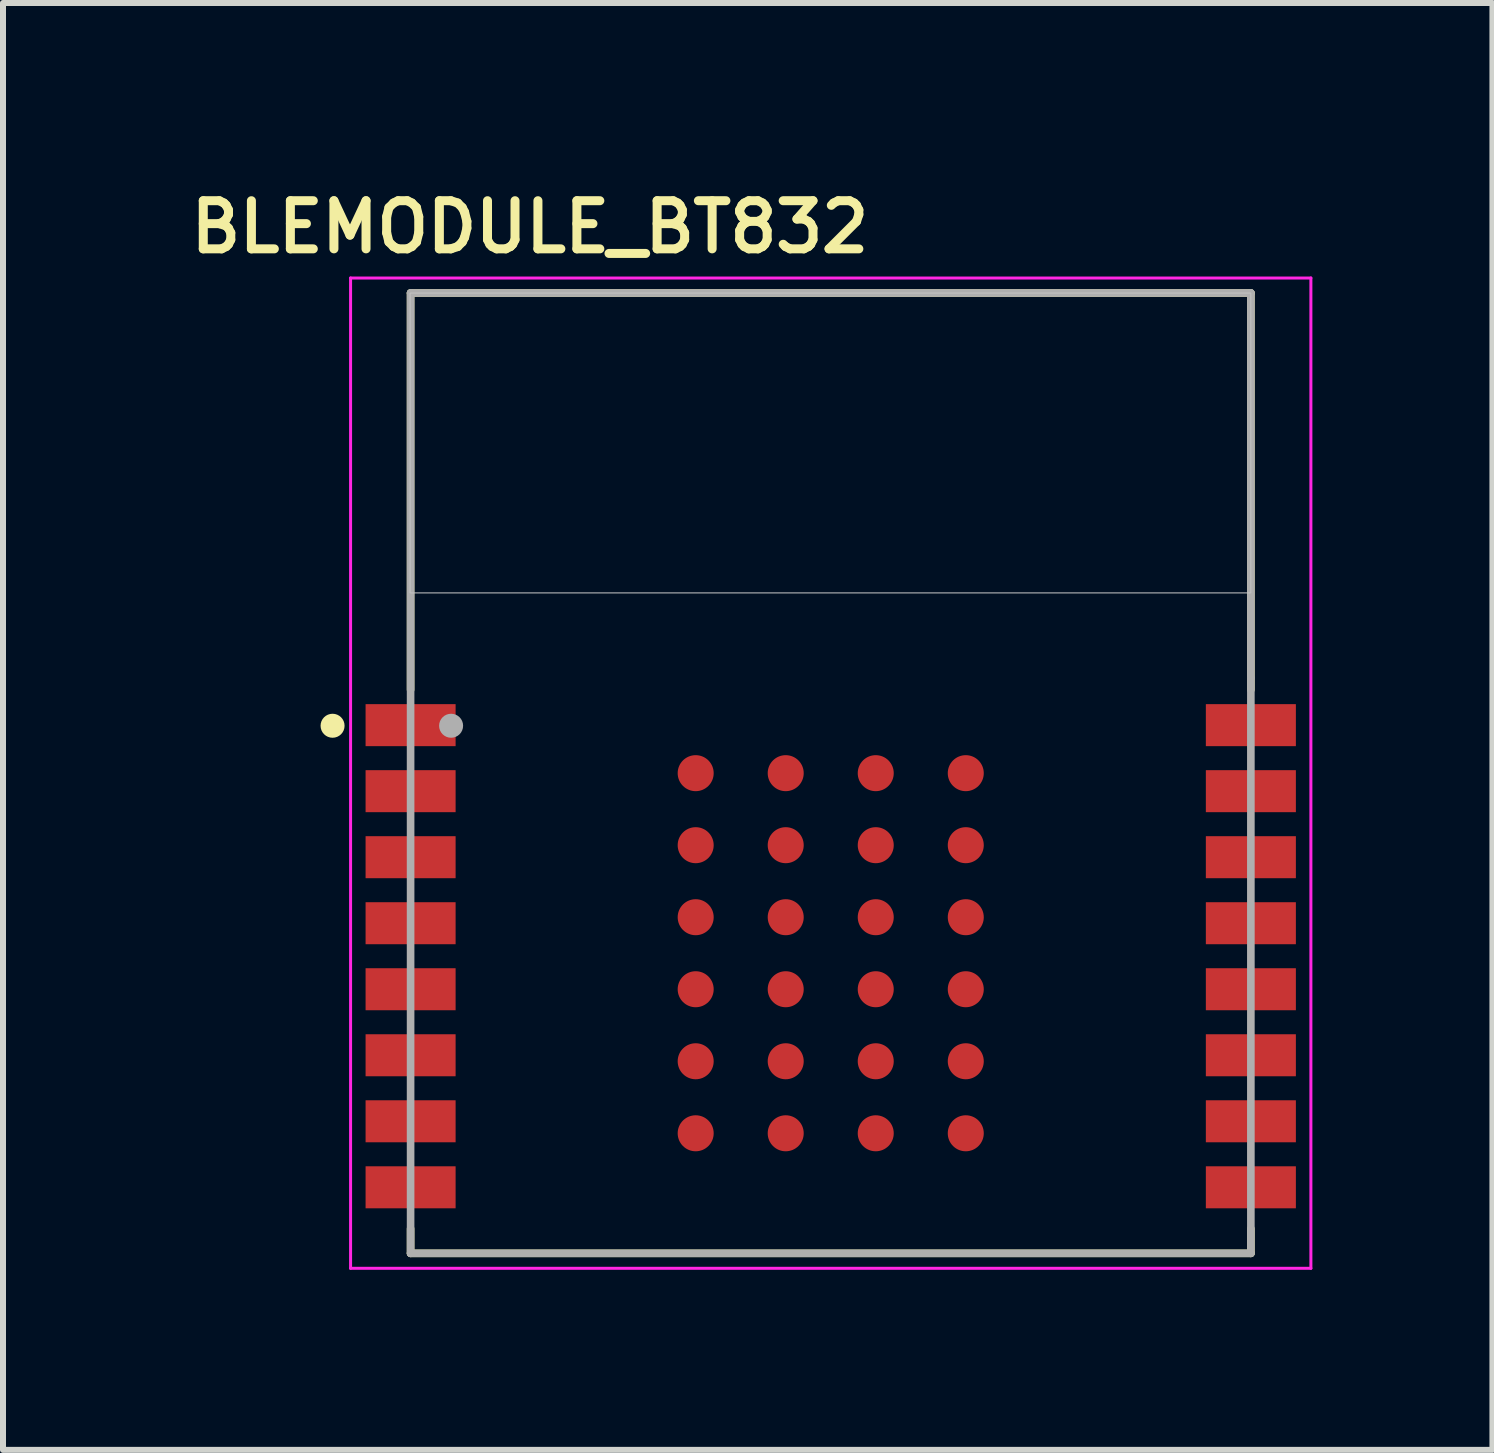
<source format=kicad_pcb>
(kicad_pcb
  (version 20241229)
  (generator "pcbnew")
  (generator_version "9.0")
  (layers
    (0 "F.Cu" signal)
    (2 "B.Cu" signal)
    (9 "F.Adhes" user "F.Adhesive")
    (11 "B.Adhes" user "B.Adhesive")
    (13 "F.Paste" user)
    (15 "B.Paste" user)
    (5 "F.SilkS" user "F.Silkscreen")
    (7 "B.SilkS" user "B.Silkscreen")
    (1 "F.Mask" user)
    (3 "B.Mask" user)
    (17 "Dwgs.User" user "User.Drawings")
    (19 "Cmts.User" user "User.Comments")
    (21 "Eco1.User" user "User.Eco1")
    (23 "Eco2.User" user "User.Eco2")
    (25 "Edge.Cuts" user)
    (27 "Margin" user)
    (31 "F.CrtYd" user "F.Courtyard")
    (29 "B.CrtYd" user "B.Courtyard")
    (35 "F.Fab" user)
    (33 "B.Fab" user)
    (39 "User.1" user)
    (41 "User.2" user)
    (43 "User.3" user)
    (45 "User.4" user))
  (footprint "BLEMODULE_BT832"
    (layer "F.Cu")
    (at 10.791 9.832)
    (property "Reference" "BLEMODULE_BT832" (at -5.012 -9.099 0) (layer "F.SilkS") (effects (font (size 0.802 0.802) (thickness 0.15))))
    (attr through_hole)
    (fp_line (start -7 -8) (end 7 -8) (stroke (width 0.127) (type solid)) (layer "F.SilkS"))
    (fp_line (start -7 -1.39) (end -7 -8) (stroke (width 0.127) (type solid)) (layer "F.SilkS"))
    (fp_line (start -7 7.59) (end -7 8) (stroke (width 0.127) (type solid)) (layer "F.SilkS"))
    (fp_line (start -7 8) (end 7 8) (stroke (width 0.127) (type solid)) (layer "F.SilkS"))
    (fp_line (start 7 -8) (end 7 -1.39) (stroke (width 0.127) (type solid)) (layer "F.SilkS"))
    (fp_line (start 7 8) (end 7 7.59) (stroke (width 0.127) (type solid)) (layer "F.SilkS"))
    (fp_circle (center -8.3 -0.79) (end -8.2 -0.79) (stroke (width 0.2) (type solid)) (fill no) (layer "F.SilkS"))
    (fp_poly (pts (xy -7.013 -8) (xy 7 -8) (xy 7 -3.005) (xy -7.013 -3.005)) (stroke (width 0.01) (type solid)) (fill no) (layer "Dwgs.User"))
    (fp_poly (pts (xy -7.002 -8) (xy 7 -8) (xy 7 -3.001) (xy -7.002 -3.001)) (stroke (width 0.01) (type solid)) (fill no) (layer "Dwgs.User"))
    (fp_line (start -8 -8.25) (end 8 -8.25) (stroke (width 0.05) (type solid)) (layer "F.CrtYd"))
    (fp_line (start -8 8.25) (end -8 -8.25) (stroke (width 0.05) (type solid)) (layer "F.CrtYd"))
    (fp_line (start 8 -8.25) (end 8 8.25) (stroke (width 0.05) (type solid)) (layer "F.CrtYd"))
    (fp_line (start 8 8.25) (end -8 8.25) (stroke (width 0.05) (type solid)) (layer "F.CrtYd"))
    (fp_line (start -7 -8) (end 7 -8) (stroke (width 0.127) (type solid)) (layer "F.Fab"))
    (fp_line (start -7 8) (end -7 -8) (stroke (width 0.127) (type solid)) (layer "F.Fab"))
    (fp_line (start 7 -8) (end 7 -1.59) (stroke (width 0.127) (type solid)) (layer "F.Fab"))
    (fp_line (start 7 -1.58) (end 7 8) (stroke (width 0.127) (type solid)) (layer "F.Fab"))
    (fp_line (start 7 8) (end -7 8) (stroke (width 0.127) (type solid)) (layer "F.Fab"))
    (fp_circle (center -6.325 -0.79) (end -6.225 -0.79) (stroke (width 0.2) (type solid)) (fill no) (layer "F.Fab"))
    (pad "1" smd rect (at -7 -0.8) (size 1.5 0.7) (layers "F.Cu" "F.Mask" "F.Paste"))
    (pad "2" smd rect (at -7 0.3) (size 1.5 0.7) (layers "F.Cu" "F.Mask" "F.Paste"))
    (pad "3" smd rect (at -7 1.4) (size 1.5 0.7) (layers "F.Cu" "F.Mask" "F.Paste"))
    (pad "4" smd rect (at -7 2.5) (size 1.5 0.7) (layers "F.Cu" "F.Mask" "F.Paste"))
    (pad "5" smd rect (at -7 3.6) (size 1.5 0.7) (layers "F.Cu" "F.Mask" "F.Paste"))
    (pad "6" smd rect (at -7 4.7) (size 1.5 0.7) (layers "F.Cu" "F.Mask" "F.Paste"))
    (pad "7" smd rect (at -7 5.8) (size 1.5 0.7) (layers "F.Cu" "F.Mask" "F.Paste"))
    (pad "8" smd rect (at -7 6.9) (size 1.5 0.7) (layers "F.Cu" "F.Mask" "F.Paste"))
    (pad "9" smd rect (at 7 6.9) (size 1.5 0.7) (layers "F.Cu" "F.Mask" "F.Paste"))
    (pad "10" smd rect (at 7 5.8) (size 1.5 0.7) (layers "F.Cu" "F.Mask" "F.Paste"))
    (pad "11" smd rect (at 7 4.7) (size 1.5 0.7) (layers "F.Cu" "F.Mask" "F.Paste"))
    (pad "12" smd rect (at 7 3.6) (size 1.5 0.7) (layers "F.Cu" "F.Mask" "F.Paste"))
    (pad "13" smd rect (at 7 2.5) (size 1.5 0.7) (layers "F.Cu" "F.Mask" "F.Paste"))
    (pad "14" smd rect (at 7 1.4) (size 1.5 0.7) (layers "F.Cu" "F.Mask" "F.Paste"))
    (pad "15" smd rect (at 7 0.3) (size 1.5 0.7) (layers "F.Cu" "F.Mask" "F.Paste"))
    (pad "16" smd rect (at 7 -0.8) (size 1.5 0.7) (layers "F.Cu" "F.Mask" "F.Paste"))
    (pad "A0" smd circle (at -2.25 0) (size 0.6 0.6) (layers "F.Cu" "F.Mask" "F.Paste"))
    (pad "A1" smd circle (at -2.25 1.2) (size 0.6 0.6) (layers "F.Cu" "F.Mask" "F.Paste"))
    (pad "A2" smd circle (at -2.25 2.4) (size 0.6 0.6) (layers "F.Cu" "F.Mask" "F.Paste"))
    (pad "A3" smd circle (at -2.25 3.6) (size 0.6 0.6) (layers "F.Cu" "F.Mask" "F.Paste"))
    (pad "A4" smd circle (at -2.25 4.8) (size 0.6 0.6) (layers "F.Cu" "F.Mask" "F.Paste"))
    (pad "A5" smd circle (at -2.25 6) (size 0.6 0.6) (layers "F.Cu" "F.Mask" "F.Paste"))
    (pad "B0" smd circle (at -0.75 0) (size 0.6 0.6) (layers "F.Cu" "F.Mask" "F.Paste"))
    (pad "B1" smd circle (at -0.75 1.2) (size 0.6 0.6) (layers "F.Cu" "F.Mask" "F.Paste"))
    (pad "B2" smd circle (at -0.75 2.4) (size 0.6 0.6) (layers "F.Cu" "F.Mask" "F.Paste"))
    (pad "B3" smd circle (at -0.75 3.6) (size 0.6 0.6) (layers "F.Cu" "F.Mask" "F.Paste"))
    (pad "B4" smd circle (at -0.75 4.8) (size 0.6 0.6) (layers "F.Cu" "F.Mask" "F.Paste"))
    (pad "B5" smd circle (at -0.75 6) (size 0.6 0.6) (layers "F.Cu" "F.Mask" "F.Paste"))
    (pad "C0" smd circle (at 0.75 0) (size 0.6 0.6) (layers "F.Cu" "F.Mask" "F.Paste"))
    (pad "C1" smd circle (at 0.75 1.2) (size 0.6 0.6) (layers "F.Cu" "F.Mask" "F.Paste"))
    (pad "C2" smd circle (at 0.75 2.4) (size 0.6 0.6) (layers "F.Cu" "F.Mask" "F.Paste"))
    (pad "C3" smd circle (at 0.75 3.6) (size 0.6 0.6) (layers "F.Cu" "F.Mask" "F.Paste"))
    (pad "C4" smd circle (at 0.75 4.8) (size 0.6 0.6) (layers "F.Cu" "F.Mask" "F.Paste"))
    (pad "C5" smd circle (at 0.75 6) (size 0.6 0.6) (layers "F.Cu" "F.Mask" "F.Paste"))
    (pad "D0" smd circle (at 2.25 0) (size 0.6 0.6) (layers "F.Cu" "F.Mask" "F.Paste"))
    (pad "D1" smd circle (at 2.25 1.2) (size 0.6 0.6) (layers "F.Cu" "F.Mask" "F.Paste"))
    (pad "D2" smd circle (at 2.25 2.4) (size 0.6 0.6) (layers "F.Cu" "F.Mask" "F.Paste"))
    (pad "D3" smd circle (at 2.25 3.6) (size 0.6 0.6) (layers "F.Cu" "F.Mask" "F.Paste"))
    (pad "D4" smd circle (at 2.25 4.8) (size 0.6 0.6) (layers "F.Cu" "F.Mask" "F.Paste"))
    (pad "D5" smd circle (at 2.25 6) (size 0.6 0.6) (layers "F.Cu" "F.Mask" "F.Paste")))
  (gr_rect
    (start -3 -3)
    (end 21.816 21.107)
    (stroke (width 0.1) (type default))
    (fill no)
    (layer "Edge.Cuts")))
</source>
